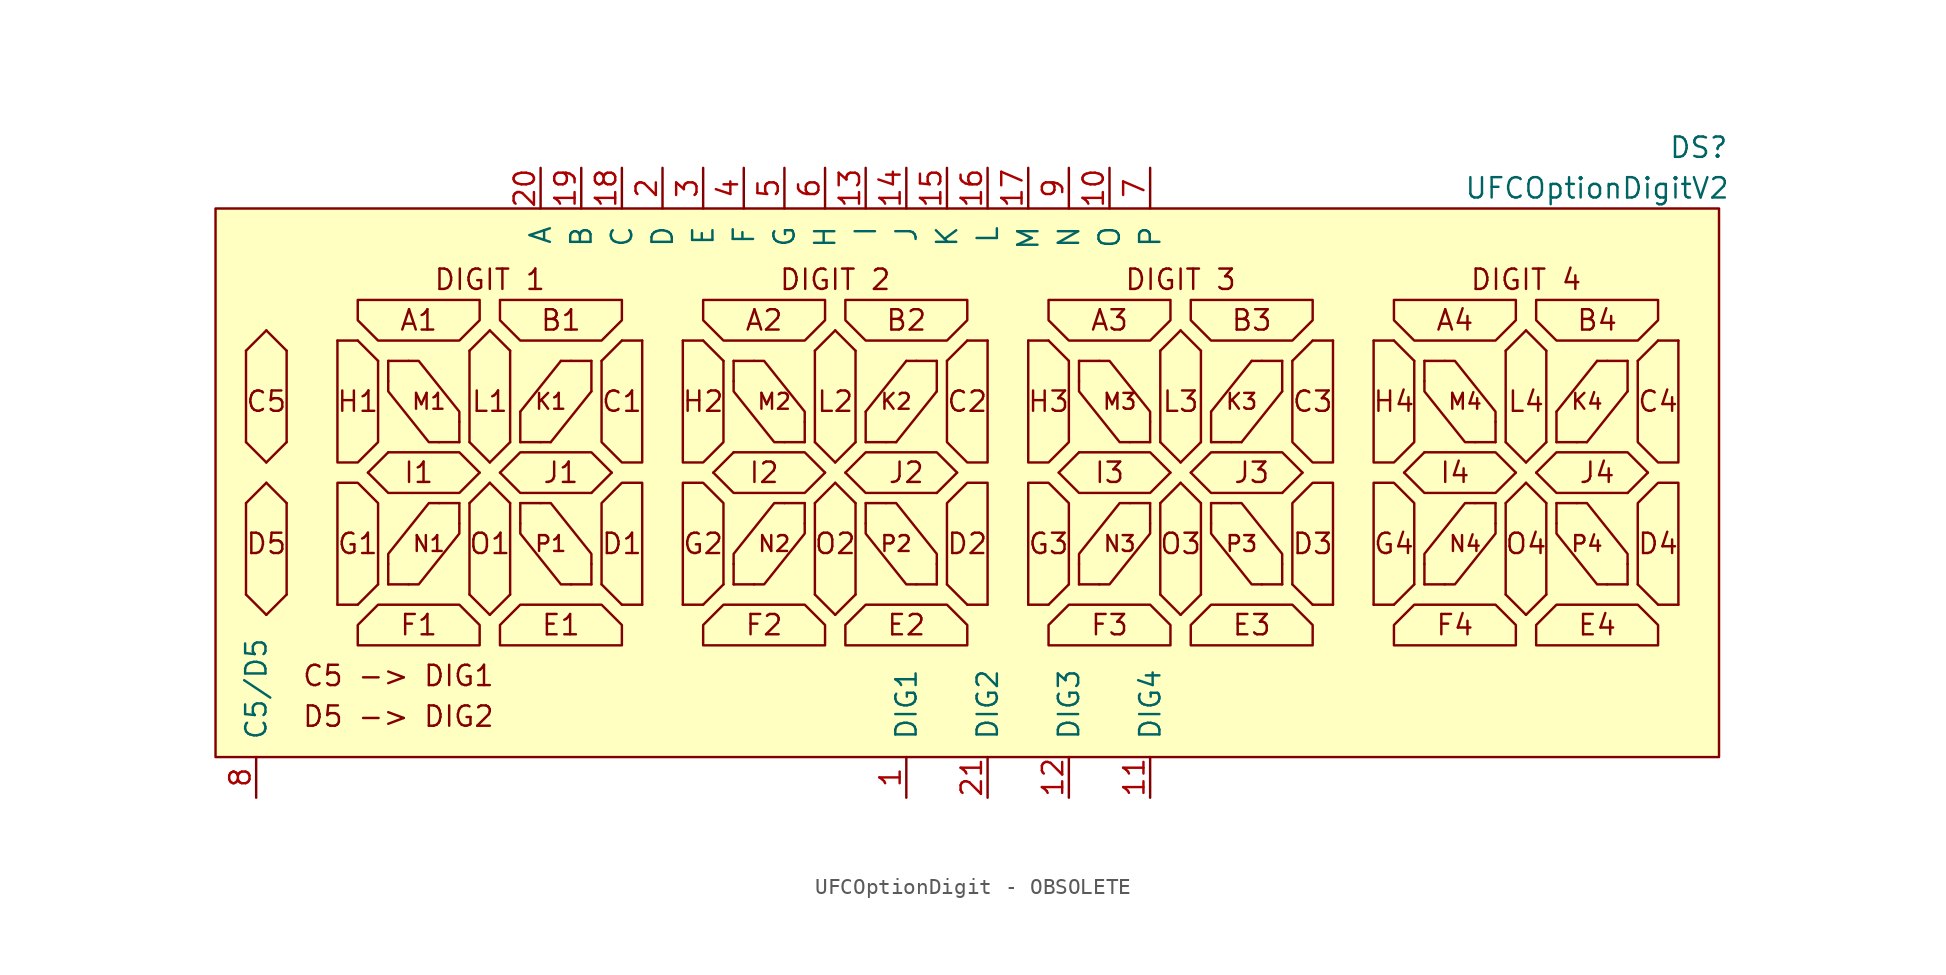
<source format=kicad_sym>
(kicad_symbol_lib
  (version 20231120)
  (generator "kicad_symbol_editor")
  (generator_version "8.0")
  (symbol "UFCOptionDigit - OBSOLETE"
    (pin_names
      (offset 1.016))
    (property "Reference" "DS"
      (at 45.72 20.32 0)
      (effects (font (size 1.27 1.27))))
    (property "Value" "UFCOptionDigitV2"
      (at 39.37 17.78 0)
      (effects (font (size 1.27 1.27))))
    (symbol "UFCOptionDigit - OBSOLETE_0_0"
      (rectangle (start -46.99 16.51) (end 46.99 -17.78) (stroke (width 0) (type default)) (fill (type background)))
      (polyline (pts (xy -27.94 1.905) (xy -27.94 3.81)) (stroke (width 0) (type default)) (fill (type none)))
      (polyline (pts (xy -27.94 3.81) (xy -25.4 6.985)) (stroke (width 0) (type default)) (fill (type none)))
      (polyline (pts (xy -26.67 1.905) (xy -26.035 1.905)) (stroke (width 0) (type default)) (fill (type none)))
      (polyline (pts (xy -26.035 1.905) (xy -23.495 5.08)) (stroke (width 0) (type default)) (fill (type none)))
      (polyline (pts (xy -24.765 6.985) (xy -25.4 6.985)) (stroke (width 0) (type default)) (fill (type none)))
      (polyline (pts (xy -23.495 6.985) (xy -23.495 5.08)) (stroke (width 0) (type default)) (fill (type none)))
      (polyline (pts (xy -6.35 1.905) (xy -6.35 3.81)) (stroke (width 0) (type default)) (fill (type none)))
      (polyline (pts (xy -6.35 3.81) (xy -3.81 6.985)) (stroke (width 0) (type default)) (fill (type none)))
      (polyline (pts (xy -5.08 1.905) (xy -4.445 1.905)) (stroke (width 0) (type default)) (fill (type none)))
      (polyline (pts (xy -4.445 1.905) (xy -1.905 5.08)) (stroke (width 0) (type default)) (fill (type none)))
      (polyline (pts (xy -3.175 6.985) (xy -3.81 6.985)) (stroke (width 0) (type default)) (fill (type none)))
      (polyline (pts (xy -1.905 6.985) (xy -1.905 5.08)) (stroke (width 0) (type default)) (fill (type none)))
      (polyline (pts (xy 15.24 1.905) (xy 15.24 3.81)) (stroke (width 0) (type default)) (fill (type none)))
      (polyline (pts (xy 15.24 3.81) (xy 17.78 6.985)) (stroke (width 0) (type default)) (fill (type none)))
      (polyline (pts (xy 16.51 1.905) (xy 17.145 1.905)) (stroke (width 0) (type default)) (fill (type none)))
      (polyline (pts (xy 17.145 1.905) (xy 19.685 5.08)) (stroke (width 0) (type default)) (fill (type none)))
      (polyline (pts (xy 18.415 6.985) (xy 17.78 6.985)) (stroke (width 0) (type default)) (fill (type none)))
      (polyline (pts (xy 19.685 6.985) (xy 19.685 5.08)) (stroke (width 0) (type default)) (fill (type none)))
      (polyline (pts (xy 36.83 1.905) (xy 36.83 3.81)) (stroke (width 0) (type default)) (fill (type none)))
      (polyline (pts (xy 36.83 3.81) (xy 39.37 6.985)) (stroke (width 0) (type default)) (fill (type none)))
      (polyline (pts (xy 38.1 1.905) (xy 38.735 1.905)) (stroke (width 0) (type default)) (fill (type none)))
      (polyline (pts (xy 38.735 1.905) (xy 41.275 5.08)) (stroke (width 0) (type default)) (fill (type none)))
      (polyline (pts (xy 40.005 6.985) (xy 39.37 6.985)) (stroke (width 0) (type default)) (fill (type none)))
      (polyline (pts (xy 41.275 6.985) (xy 41.275 5.08)) (stroke (width 0) (type default)) (fill (type none)))
      (polyline (pts (xy -36.195 -5.715) (xy -36.195 -5.08) (xy -33.655 -1.905) (xy -33.02 -1.905)) (stroke (width 0) (type default)) (fill (type none)))
      (polyline (pts (xy -34.925 6.985) (xy -34.29 6.985) (xy -31.75 3.81) (xy -31.75 3.175)) (stroke (width 0) (type default)) (fill (type none)))
      (polyline (pts (xy -33.02 1.905) (xy -33.655 1.905) (xy -36.195 5.08) (xy -36.195 5.715)) (stroke (width 0) (type default)) (fill (type none)))
      (polyline (pts (xy -31.75 -3.175) (xy -31.75 -3.81) (xy -34.29 -6.985) (xy -34.925 -6.985)) (stroke (width 0) (type default)) (fill (type none)))
      (polyline (pts (xy -27.94 -3.175) (xy -27.94 -3.81) (xy -25.4 -6.985) (xy -24.765 -6.985)) (stroke (width 0) (type default)) (fill (type none)))
      (polyline (pts (xy -23.495 -5.715) (xy -23.495 -5.08) (xy -26.035 -1.905) (xy -26.67 -1.905)) (stroke (width 0) (type default)) (fill (type none)))
      (polyline (pts (xy -14.605 -5.715) (xy -14.605 -5.08) (xy -12.065 -1.905) (xy -11.43 -1.905)) (stroke (width 0) (type default)) (fill (type none)))
      (polyline (pts (xy -13.335 6.985) (xy -12.7 6.985) (xy -10.16 3.81) (xy -10.16 3.175)) (stroke (width 0) (type default)) (fill (type none)))
      (polyline (pts (xy -11.43 1.905) (xy -12.065 1.905) (xy -14.605 5.08) (xy -14.605 5.715)) (stroke (width 0) (type default)) (fill (type none)))
      (polyline (pts (xy -10.16 -3.175) (xy -10.16 -3.81) (xy -12.7 -6.985) (xy -13.335 -6.985)) (stroke (width 0) (type default)) (fill (type none)))
      (polyline (pts (xy -6.35 -3.175) (xy -6.35 -3.81) (xy -3.81 -6.985) (xy -3.175 -6.985)) (stroke (width 0) (type default)) (fill (type none)))
      (polyline (pts (xy -1.905 -5.715) (xy -1.905 -5.08) (xy -4.445 -1.905) (xy -5.08 -1.905)) (stroke (width 0) (type default)) (fill (type none)))
      (polyline (pts (xy 6.985 -5.715) (xy 6.985 -5.08) (xy 9.525 -1.905) (xy 10.16 -1.905)) (stroke (width 0) (type default)) (fill (type none)))
      (polyline (pts (xy 8.255 6.985) (xy 8.89 6.985) (xy 11.43 3.81) (xy 11.43 3.175)) (stroke (width 0) (type default)) (fill (type none)))
      (polyline (pts (xy 10.16 1.905) (xy 9.525 1.905) (xy 6.985 5.08) (xy 6.985 5.715)) (stroke (width 0) (type default)) (fill (type none)))
      (polyline (pts (xy 11.43 -3.175) (xy 11.43 -3.81) (xy 8.89 -6.985) (xy 8.255 -6.985)) (stroke (width 0) (type default)) (fill (type none)))
      (polyline (pts (xy 15.24 -3.175) (xy 15.24 -3.81) (xy 17.78 -6.985) (xy 18.415 -6.985)) (stroke (width 0) (type default)) (fill (type none)))
      (polyline (pts (xy 19.685 -5.715) (xy 19.685 -5.08) (xy 17.145 -1.905) (xy 16.51 -1.905)) (stroke (width 0) (type default)) (fill (type none)))
      (polyline (pts (xy 28.575 -5.715) (xy 28.575 -5.08) (xy 31.115 -1.905) (xy 31.75 -1.905)) (stroke (width 0) (type default)) (fill (type none)))
      (polyline (pts (xy 29.845 6.985) (xy 30.48 6.985) (xy 33.02 3.81) (xy 33.02 3.175)) (stroke (width 0) (type default)) (fill (type none)))
      (polyline (pts (xy 31.75 1.905) (xy 31.115 1.905) (xy 28.575 5.08) (xy 28.575 5.715)) (stroke (width 0) (type default)) (fill (type none)))
      (polyline (pts (xy 33.02 -3.175) (xy 33.02 -3.81) (xy 30.48 -6.985) (xy 29.845 -6.985)) (stroke (width 0) (type default)) (fill (type none)))
      (polyline (pts (xy 36.83 -3.175) (xy 36.83 -3.81) (xy 39.37 -6.985) (xy 40.005 -6.985)) (stroke (width 0) (type default)) (fill (type none)))
      (polyline (pts (xy 41.275 -5.715) (xy 41.275 -5.08) (xy 38.735 -1.905) (xy 38.1 -1.905)) (stroke (width 0) (type default)) (fill (type none)))
      (text "A1" (at -34.29 9.525 0) (effects (font (size 1.27 1.27))))
      (text "A2" (at -12.7 9.525 0) (effects (font (size 1.27 1.27))))
      (text "A3" (at 8.89 9.525 0) (effects (font (size 1.27 1.27))))
      (text "A4" (at 30.48 9.525 0) (effects (font (size 1.27 1.27))))
      (text "B1" (at -25.4 9.525 0) (effects (font (size 1.27 1.27))))
      (text "B2" (at -3.81 9.525 0) (effects (font (size 1.27 1.27))))
      (text "B3" (at 17.78 9.525 0) (effects (font (size 1.27 1.27))))
      (text "B4" (at 39.37 9.525 0) (effects (font (size 1.27 1.27))))
      (text "C1" (at -21.59 4.445 0) (effects (font (size 1.27 1.27))))
      (text "C2" (at 0 4.445 0) (effects (font (size 1.27 1.27))))
      (text "C3" (at 21.59 4.445 0) (effects (font (size 1.27 1.27))))
      (text "C4" (at 43.18 4.445 0) (effects (font (size 1.27 1.27))))
      (text "C5" (at -43.815 4.445 0) (effects (font (size 1.27 1.27))))
      (text "D1" (at -21.59 -4.445 0) (effects (font (size 1.27 1.27))))
      (text "D2" (at 0 -4.445 0) (effects (font (size 1.27 1.27))))
      (text "D3" (at 21.59 -4.445 0) (effects (font (size 1.27 1.27))))
      (text "D4" (at 43.18 -4.445 0) (effects (font (size 1.27 1.27))))
      (text "D5" (at -43.815 -4.445 0) (effects (font (size 1.27 1.27))))
      (text "DIGIT 1" (at -29.845 12.065 0) (effects (font (size 1.27 1.27))))
      (text "DIGIT 2" (at -8.255 12.065 0) (effects (font (size 1.27 1.27))))
      (text "DIGIT 3" (at 13.335 12.065 0) (effects (font (size 1.27 1.27))))
      (text "DIGIT 4" (at 34.925 12.065 0) (effects (font (size 1.27 1.27))))
      (text "E1" (at -25.4 -9.525 0) (effects (font (size 1.27 1.27))))
      (text "E2" (at -3.81 -9.525 0) (effects (font (size 1.27 1.27))))
      (text "E3" (at 17.78 -9.525 0) (effects (font (size 1.27 1.27))))
      (text "E4" (at 39.37 -9.525 0) (effects (font (size 1.27 1.27))))
      (text "F1" (at -34.29 -9.525 0) (effects (font (size 1.27 1.27))))
      (text "F2" (at -12.7 -9.525 0) (effects (font (size 1.27 1.27))))
      (text "F3" (at 8.89 -9.525 0) (effects (font (size 1.27 1.27))))
      (text "F4" (at 30.48 -9.525 0) (effects (font (size 1.27 1.27))))
      (text "G1" (at -38.1 -4.445 0) (effects (font (size 1.27 1.27))))
      (text "G2" (at -16.51 -4.445 0) (effects (font (size 1.27 1.27))))
      (text "G3" (at 5.08 -4.445 0) (effects (font (size 1.27 1.27))))
      (text "G4" (at 26.67 -4.445 0) (effects (font (size 1.27 1.27))))
      (text "H1" (at -38.1 4.445 0) (effects (font (size 1.27 1.27))))
      (text "H2" (at -16.51 4.445 0) (effects (font (size 1.27 1.27))))
      (text "H3" (at 5.08 4.445 0) (effects (font (size 1.27 1.27))))
      (text "H4" (at 26.67 4.445 0) (effects (font (size 1.27 1.27))))
      (text "I1" (at -34.29 0 0) (effects (font (size 1.27 1.27))))
      (text "I2" (at -12.7 0 0) (effects (font (size 1.27 1.27))))
      (text "I3" (at 8.89 0 0) (effects (font (size 1.27 1.27))))
      (text "I4" (at 30.48 0 0) (effects (font (size 1.27 1.27))))
      (text "J1" (at -25.4 0 0) (effects (font (size 1.27 1.27))))
      (text "J2" (at -3.81 0 0) (effects (font (size 1.27 1.27))))
      (text "J3" (at 17.78 0 0) (effects (font (size 1.27 1.27))))
      (text "J4" (at 39.37 0 0) (effects (font (size 1.27 1.27))))
      (text "K1" (at -26.035 4.445 0) (effects (font (size 0.991 0.991))))
      (text "K2" (at -4.445 4.445 0) (effects (font (size 0.991 0.991))))
      (text "K3" (at 17.145 4.445 0) (effects (font (size 0.991 0.991))))
      (text "K4" (at 38.735 4.445 0) (effects (font (size 0.991 0.991))))
      (text "L1" (at -29.845 4.445 0) (effects (font (size 1.27 1.27))))
      (text "L2" (at -8.255 4.445 0) (effects (font (size 1.27 1.27))))
      (text "L3" (at 13.335 4.445 0) (effects (font (size 1.27 1.27))))
      (text "L4" (at 34.925 4.445 0) (effects (font (size 1.27 1.27))))
      (text "M1" (at -33.655 4.445 0) (effects (font (size 0.991 0.991))))
      (text "M2" (at -12.065 4.445 0) (effects (font (size 0.991 0.991))))
      (text "M3" (at 9.525 4.445 0) (effects (font (size 0.991 0.991))))
      (text "M4" (at 31.115 4.445 0) (effects (font (size 0.991 0.991))))
      (text "N1" (at -33.655 -4.445 0) (effects (font (size 0.991 0.991))))
      (text "N2" (at -12.065 -4.445 0) (effects (font (size 0.991 0.991))))
      (text "N3" (at 9.525 -4.445 0) (effects (font (size 0.991 0.991))))
      (text "N4" (at 31.115 -4.445 0) (effects (font (size 0.991 0.991))))
      (text "O1" (at -29.845 -4.445 0) (effects (font (size 1.27 1.27))))
      (text "O2" (at -8.255 -4.445 0) (effects (font (size 1.27 1.27))))
      (text "O3" (at 13.335 -4.445 0) (effects (font (size 1.27 1.27))))
      (text "O4" (at 34.925 -4.445 0) (effects (font (size 1.27 1.27))))
      (text "P1" (at -26.035 -4.445 0) (effects (font (size 0.991 0.991))))
      (text "P2" (at -4.445 -4.445 0) (effects (font (size 0.991 0.991))))
      (text "P3" (at 17.145 -4.445 0) (effects (font (size 0.991 0.991))))
      (text "P4" (at 38.735 -4.445 0) (effects (font (size 0.991 0.991))))
      (pin input line (at -3.81 -20.32 90) (length 2.54) (name "DIG1" (effects (font (size 1.27 1.27)))) (number "1" (effects (font (size 1.27 1.27)))))
      (pin input line (at 8.89 19.05 270) (length 2.54) (name "O" (effects (font (size 1.27 1.27)))) (number "10" (effects (font (size 1.27 1.27)))))
      (pin input line (at 11.43 -20.32 90) (length 2.54) (name "DIG4" (effects (font (size 1.27 1.27)))) (number "11" (effects (font (size 1.27 1.27)))))
      (pin input line (at 6.35 -20.32 90) (length 2.54) (name "DIG3" (effects (font (size 1.27 1.27)))) (number "12" (effects (font (size 1.27 1.27)))))
      (pin input line (at -6.35 19.05 270) (length 2.54) (name "I" (effects (font (size 1.27 1.27)))) (number "13" (effects (font (size 1.27 1.27)))))
      (pin input line (at -3.81 19.05 270) (length 2.54) (name "J" (effects (font (size 1.27 1.27)))) (number "14" (effects (font (size 1.27 1.27)))))
      (pin input line (at -1.27 19.05 270) (length 2.54) (name "K" (effects (font (size 1.27 1.27)))) (number "15" (effects (font (size 1.27 1.27)))))
      (pin input line (at 1.27 19.05 270) (length 2.54) (name "L" (effects (font (size 1.27 1.27)))) (number "16" (effects (font (size 1.27 1.27)))))
      (pin input line (at 3.81 19.05 270) (length 2.54) (name "M" (effects (font (size 1.27 1.27)))) (number "17" (effects (font (size 1.27 1.27)))))
      (pin input line (at -21.59 19.05 270) (length 2.54) (name "C" (effects (font (size 1.27 1.27)))) (number "18" (effects (font (size 1.27 1.27)))))
      (pin input line (at -24.13 19.05 270) (length 2.54) (name "B" (effects (font (size 1.27 1.27)))) (number "19" (effects (font (size 1.27 1.27)))))
      (pin input line (at -19.05 19.05 270) (length 2.54) (name "D" (effects (font (size 1.27 1.27)))) (number "2" (effects (font (size 1.27 1.27)))))
      (pin input line (at -26.67 19.05 270) (length 2.54) (name "A" (effects (font (size 1.27 1.27)))) (number "20" (effects (font (size 1.27 1.27)))))
      (pin input line (at 1.27 -20.32 90) (length 2.54) (name "DIG2" (effects (font (size 1.27 1.27)))) (number "21" (effects (font (size 1.27 1.27)))))
      (pin input line (at -16.51 19.05 270) (length 2.54) (name "E" (effects (font (size 1.27 1.27)))) (number "3" (effects (font (size 1.27 1.27)))))
      (pin input line (at -13.97 19.05 270) (length 2.54) (name "F" (effects (font (size 1.27 1.27)))) (number "4" (effects (font (size 1.27 1.27)))))
      (pin input line (at -11.43 19.05 270) (length 2.54) (name "G" (effects (font (size 1.27 1.27)))) (number "5" (effects (font (size 1.27 1.27)))))
      (pin input line (at -8.89 19.05 270) (length 2.54) (name "H" (effects (font (size 1.27 1.27)))) (number "6" (effects (font (size 1.27 1.27)))))
      (pin input line (at 11.43 19.05 270) (length 2.54) (name "P" (effects (font (size 1.27 1.27)))) (number "7" (effects (font (size 1.27 1.27)))))
      (pin input line (at -44.45 -20.32 90) (length 2.54) (name "C5/D5" (effects (font (size 1.27 1.27)))) (number "8" (effects (font (size 1.27 1.27)))))
      (pin input line (at 6.35 19.05 270) (length 2.54) (name "N" (effects (font (size 1.27 1.27)))) (number "9" (effects (font (size 1.27 1.27))))))
    (symbol "UFCOptionDigit - OBSOLETE_0_1"
      (polyline (pts (xy -45.085 -7.62) (xy -45.085 -1.905)) (stroke (width 0) (type default)) (fill (type none)))
      (polyline (pts (xy -45.085 -1.905) (xy -43.815 -0.635)) (stroke (width 0) (type default)) (fill (type none)))
      (polyline (pts (xy -45.085 7.62) (xy -45.085 1.905)) (stroke (width 0) (type default)) (fill (type none)))
      (polyline (pts (xy -43.815 -8.89) (xy -45.085 -7.62)) (stroke (width 0) (type default)) (fill (type none)))
      (polyline (pts (xy -43.815 -8.89) (xy -42.545 -7.62)) (stroke (width 0) (type default)) (fill (type none)))
      (polyline (pts (xy -43.815 -0.635) (xy -42.545 -1.905)) (stroke (width 0) (type default)) (fill (type none)))
      (polyline (pts (xy -43.815 0.635) (xy -45.085 1.905)) (stroke (width 0) (type default)) (fill (type none)))
      (polyline (pts (xy -43.815 8.89) (xy -45.085 7.62)) (stroke (width 0) (type default)) (fill (type none)))
      (polyline (pts (xy -43.815 8.89) (xy -42.545 7.62)) (stroke (width 0) (type default)) (fill (type none)))
      (polyline (pts (xy -42.545 -7.62) (xy -42.545 -1.905)) (stroke (width 0) (type default)) (fill (type none)))
      (polyline (pts (xy -42.545 1.905) (xy -43.815 0.635)) (stroke (width 0) (type default)) (fill (type none)))
      (polyline (pts (xy -42.545 7.62) (xy -42.545 1.905)) (stroke (width 0) (type default)) (fill (type none)))
      (polyline (pts (xy -39.37 -8.255) (xy -38.1 -8.255)) (stroke (width 0) (type default)) (fill (type none)))
      (polyline (pts (xy -38.1 8.255) (xy -39.37 8.255)) (stroke (width 0) (type default)) (fill (type none)))
      (polyline (pts (xy -38.1 8.255) (xy -36.83 6.985)) (stroke (width 0) (type default)) (fill (type none)))
      (polyline (pts (xy -36.83 -6.985) (xy -38.1 -8.255)) (stroke (width 0) (type default)) (fill (type none)))
      (polyline (pts (xy -36.195 -6.985) (xy -36.195 -5.715)) (stroke (width 0) (type default)) (fill (type none)))
      (polyline (pts (xy -36.195 -6.985) (xy -34.925 -6.985)) (stroke (width 0) (type default)) (fill (type none)))
      (polyline (pts (xy -36.195 1.27) (xy -37.465 0)) (stroke (width 0) (type default)) (fill (type none)))
      (polyline (pts (xy -36.195 6.985) (xy -36.195 5.715)) (stroke (width 0) (type default)) (fill (type none)))
      (polyline (pts (xy -36.195 6.985) (xy -34.925 6.985)) (stroke (width 0) (type default)) (fill (type none)))
      (polyline (pts (xy -31.75 -1.905) (xy -33.02 -1.905)) (stroke (width 0) (type default)) (fill (type none)))
      (polyline (pts (xy -31.75 -1.905) (xy -31.75 -3.175)) (stroke (width 0) (type default)) (fill (type none)))
      (polyline (pts (xy -31.75 1.905) (xy -33.02 1.905)) (stroke (width 0) (type default)) (fill (type none)))
      (polyline (pts (xy -31.75 1.905) (xy -31.75 3.175)) (stroke (width 0) (type default)) (fill (type none)))
      (polyline (pts (xy -31.115 -7.62) (xy -31.115 -1.905)) (stroke (width 0) (type default)) (fill (type none)))
      (polyline (pts (xy -31.115 -1.905) (xy -29.845 -0.635)) (stroke (width 0) (type default)) (fill (type none)))
      (polyline (pts (xy -31.115 7.62) (xy -31.115 1.905)) (stroke (width 0) (type default)) (fill (type none)))
      (polyline (pts (xy -29.845 -8.89) (xy -31.115 -7.62)) (stroke (width 0) (type default)) (fill (type none)))
      (polyline (pts (xy -29.845 -8.89) (xy -28.575 -7.62)) (stroke (width 0) (type default)) (fill (type none)))
      (polyline (pts (xy -29.845 -0.635) (xy -28.575 -1.905)) (stroke (width 0) (type default)) (fill (type none)))
      (polyline (pts (xy -29.845 0.635) (xy -31.115 1.905)) (stroke (width 0) (type default)) (fill (type none)))
      (polyline (pts (xy -29.845 8.89) (xy -31.115 7.62)) (stroke (width 0) (type default)) (fill (type none)))
      (polyline (pts (xy -29.845 8.89) (xy -28.575 7.62)) (stroke (width 0) (type default)) (fill (type none)))
      (polyline (pts (xy -28.575 -7.62) (xy -28.575 -1.905)) (stroke (width 0) (type default)) (fill (type none)))
      (polyline (pts (xy -28.575 1.905) (xy -29.845 0.635)) (stroke (width 0) (type default)) (fill (type none)))
      (polyline (pts (xy -28.575 7.62) (xy -28.575 1.905)) (stroke (width 0) (type default)) (fill (type none)))
      (polyline (pts (xy -27.94 -1.905) (xy -27.94 -3.175)) (stroke (width 0) (type default)) (fill (type none)))
      (polyline (pts (xy -27.94 -1.905) (xy -26.67 -1.905)) (stroke (width 0) (type default)) (fill (type none)))
      (polyline (pts (xy -27.94 1.905) (xy -26.67 1.905)) (stroke (width 0) (type default)) (fill (type none)))
      (polyline (pts (xy -23.495 -6.985) (xy -24.765 -6.985)) (stroke (width 0) (type default)) (fill (type none)))
      (polyline (pts (xy -23.495 -6.985) (xy -23.495 -5.715)) (stroke (width 0) (type default)) (fill (type none)))
      (polyline (pts (xy -23.495 -1.27) (xy -22.225 0)) (stroke (width 0) (type default)) (fill (type none)))
      (polyline (pts (xy -23.495 6.985) (xy -24.765 6.985)) (stroke (width 0) (type default)) (fill (type none)))
      (polyline (pts (xy -22.86 6.985) (xy -21.59 8.255)) (stroke (width 0) (type default)) (fill (type none)))
      (polyline (pts (xy -21.59 -8.255) (xy -22.86 -6.985)) (stroke (width 0) (type default)) (fill (type none)))
      (polyline (pts (xy -21.59 -8.255) (xy -20.32 -8.255)) (stroke (width 0) (type default)) (fill (type none)))
      (polyline (pts (xy -20.32 8.255) (xy -21.59 8.255)) (stroke (width 0) (type default)) (fill (type none)))
      (polyline (pts (xy -17.78 -8.255) (xy -16.51 -8.255)) (stroke (width 0) (type default)) (fill (type none)))
      (polyline (pts (xy -16.51 8.255) (xy -17.78 8.255)) (stroke (width 0) (type default)) (fill (type none)))
      (polyline (pts (xy -16.51 8.255) (xy -15.24 6.985)) (stroke (width 0) (type default)) (fill (type none)))
      (polyline (pts (xy -15.24 -6.985) (xy -16.51 -8.255)) (stroke (width 0) (type default)) (fill (type none)))
      (polyline (pts (xy -14.605 -6.985) (xy -14.605 -5.715)) (stroke (width 0) (type default)) (fill (type none)))
      (polyline (pts (xy -14.605 -6.985) (xy -13.335 -6.985)) (stroke (width 0) (type default)) (fill (type none)))
      (polyline (pts (xy -14.605 1.27) (xy -15.875 0)) (stroke (width 0) (type default)) (fill (type none)))
      (polyline (pts (xy -14.605 6.985) (xy -14.605 5.715)) (stroke (width 0) (type default)) (fill (type none)))
      (polyline (pts (xy -14.605 6.985) (xy -13.335 6.985)) (stroke (width 0) (type default)) (fill (type none)))
      (polyline (pts (xy -10.16 -1.905) (xy -11.43 -1.905)) (stroke (width 0) (type default)) (fill (type none)))
      (polyline (pts (xy -10.16 -1.905) (xy -10.16 -3.175)) (stroke (width 0) (type default)) (fill (type none)))
      (polyline (pts (xy -10.16 1.905) (xy -11.43 1.905)) (stroke (width 0) (type default)) (fill (type none)))
      (polyline (pts (xy -10.16 1.905) (xy -10.16 3.175)) (stroke (width 0) (type default)) (fill (type none)))
      (polyline (pts (xy -9.525 -7.62) (xy -9.525 -1.905)) (stroke (width 0) (type default)) (fill (type none)))
      (polyline (pts (xy -9.525 -1.905) (xy -8.255 -0.635)) (stroke (width 0) (type default)) (fill (type none)))
      (polyline (pts (xy -9.525 7.62) (xy -9.525 1.905)) (stroke (width 0) (type default)) (fill (type none)))
      (polyline (pts (xy -8.255 -8.89) (xy -9.525 -7.62)) (stroke (width 0) (type default)) (fill (type none)))
      (polyline (pts (xy -8.255 -8.89) (xy -6.985 -7.62)) (stroke (width 0) (type default)) (fill (type none)))
      (polyline (pts (xy -8.255 -0.635) (xy -6.985 -1.905)) (stroke (width 0) (type default)) (fill (type none)))
      (polyline (pts (xy -8.255 0.635) (xy -9.525 1.905)) (stroke (width 0) (type default)) (fill (type none)))
      (polyline (pts (xy -8.255 8.89) (xy -9.525 7.62)) (stroke (width 0) (type default)) (fill (type none)))
      (polyline (pts (xy -8.255 8.89) (xy -6.985 7.62)) (stroke (width 0) (type default)) (fill (type none)))
      (polyline (pts (xy -6.985 -7.62) (xy -6.985 -1.905)) (stroke (width 0) (type default)) (fill (type none)))
      (polyline (pts (xy -6.985 1.905) (xy -8.255 0.635)) (stroke (width 0) (type default)) (fill (type none)))
      (polyline (pts (xy -6.985 7.62) (xy -6.985 1.905)) (stroke (width 0) (type default)) (fill (type none)))
      (polyline (pts (xy -6.35 -1.905) (xy -6.35 -3.175)) (stroke (width 0) (type default)) (fill (type none)))
      (polyline (pts (xy -6.35 -1.905) (xy -5.08 -1.905)) (stroke (width 0) (type default)) (fill (type none)))
      (polyline (pts (xy -6.35 1.905) (xy -5.08 1.905)) (stroke (width 0) (type default)) (fill (type none)))
      (polyline (pts (xy -1.905 -6.985) (xy -3.175 -6.985)) (stroke (width 0) (type default)) (fill (type none)))
      (polyline (pts (xy -1.905 -6.985) (xy -1.905 -5.715)) (stroke (width 0) (type default)) (fill (type none)))
      (polyline (pts (xy -1.905 -1.27) (xy -0.635 0)) (stroke (width 0) (type default)) (fill (type none)))
      (polyline (pts (xy -1.905 6.985) (xy -3.175 6.985)) (stroke (width 0) (type default)) (fill (type none)))
      (polyline (pts (xy -1.27 6.985) (xy 0 8.255)) (stroke (width 0) (type default)) (fill (type none)))
      (polyline (pts (xy 0 -8.255) (xy -1.27 -6.985)) (stroke (width 0) (type default)) (fill (type none)))
      (polyline (pts (xy 0 -8.255) (xy 1.27 -8.255)) (stroke (width 0) (type default)) (fill (type none)))
      (polyline (pts (xy 1.27 8.255) (xy 0 8.255)) (stroke (width 0) (type default)) (fill (type none)))
      (polyline (pts (xy 3.81 -8.255) (xy 5.08 -8.255)) (stroke (width 0) (type default)) (fill (type none)))
      (polyline (pts (xy 5.08 8.255) (xy 3.81 8.255)) (stroke (width 0) (type default)) (fill (type none)))
      (polyline (pts (xy 5.08 8.255) (xy 6.35 6.985)) (stroke (width 0) (type default)) (fill (type none)))
      (polyline (pts (xy 6.35 -6.985) (xy 5.08 -8.255)) (stroke (width 0) (type default)) (fill (type none)))
      (polyline (pts (xy 6.985 -6.985) (xy 6.985 -5.715)) (stroke (width 0) (type default)) (fill (type none)))
      (polyline (pts (xy 6.985 -6.985) (xy 8.255 -6.985)) (stroke (width 0) (type default)) (fill (type none)))
      (polyline (pts (xy 6.985 1.27) (xy 5.715 0)) (stroke (width 0) (type default)) (fill (type none)))
      (polyline (pts (xy 6.985 6.985) (xy 6.985 5.715)) (stroke (width 0) (type default)) (fill (type none)))
      (polyline (pts (xy 6.985 6.985) (xy 8.255 6.985)) (stroke (width 0) (type default)) (fill (type none)))
      (polyline (pts (xy 11.43 -1.905) (xy 10.16 -1.905)) (stroke (width 0) (type default)) (fill (type none)))
      (polyline (pts (xy 11.43 -1.905) (xy 11.43 -3.175)) (stroke (width 0) (type default)) (fill (type none)))
      (polyline (pts (xy 11.43 1.905) (xy 10.16 1.905)) (stroke (width 0) (type default)) (fill (type none)))
      (polyline (pts (xy 11.43 1.905) (xy 11.43 3.175)) (stroke (width 0) (type default)) (fill (type none)))
      (polyline (pts (xy 12.065 -7.62) (xy 12.065 -1.905)) (stroke (width 0) (type default)) (fill (type none)))
      (polyline (pts (xy 12.065 -1.905) (xy 13.335 -0.635)) (stroke (width 0) (type default)) (fill (type none)))
      (polyline (pts (xy 12.065 7.62) (xy 12.065 1.905)) (stroke (width 0) (type default)) (fill (type none)))
      (polyline (pts (xy 13.335 -8.89) (xy 12.065 -7.62)) (stroke (width 0) (type default)) (fill (type none)))
      (polyline (pts (xy 13.335 -8.89) (xy 14.605 -7.62)) (stroke (width 0) (type default)) (fill (type none)))
      (polyline (pts (xy 13.335 -0.635) (xy 14.605 -1.905)) (stroke (width 0) (type default)) (fill (type none)))
      (polyline (pts (xy 13.335 0.635) (xy 12.065 1.905)) (stroke (width 0) (type default)) (fill (type none)))
      (polyline (pts (xy 13.335 8.89) (xy 12.065 7.62)) (stroke (width 0) (type default)) (fill (type none)))
      (polyline (pts (xy 13.335 8.89) (xy 14.605 7.62)) (stroke (width 0) (type default)) (fill (type none)))
      (polyline (pts (xy 14.605 -7.62) (xy 14.605 -1.905)) (stroke (width 0) (type default)) (fill (type none)))
      (polyline (pts (xy 14.605 1.905) (xy 13.335 0.635)) (stroke (width 0) (type default)) (fill (type none)))
      (polyline (pts (xy 14.605 7.62) (xy 14.605 1.905)) (stroke (width 0) (type default)) (fill (type none)))
      (polyline (pts (xy 15.24 -1.905) (xy 15.24 -3.175)) (stroke (width 0) (type default)) (fill (type none)))
      (polyline (pts (xy 15.24 -1.905) (xy 16.51 -1.905)) (stroke (width 0) (type default)) (fill (type none)))
      (polyline (pts (xy 15.24 1.905) (xy 16.51 1.905)) (stroke (width 0) (type default)) (fill (type none)))
      (polyline (pts (xy 19.685 -6.985) (xy 18.415 -6.985)) (stroke (width 0) (type default)) (fill (type none)))
      (polyline (pts (xy 19.685 -6.985) (xy 19.685 -5.715)) (stroke (width 0) (type default)) (fill (type none)))
      (polyline (pts (xy 19.685 -1.27) (xy 20.955 0)) (stroke (width 0) (type default)) (fill (type none)))
      (polyline (pts (xy 19.685 6.985) (xy 18.415 6.985)) (stroke (width 0) (type default)) (fill (type none)))
      (polyline (pts (xy 20.32 6.985) (xy 21.59 8.255)) (stroke (width 0) (type default)) (fill (type none)))
      (polyline (pts (xy 21.59 -8.255) (xy 20.32 -6.985)) (stroke (width 0) (type default)) (fill (type none)))
      (polyline (pts (xy 21.59 -8.255) (xy 22.86 -8.255)) (stroke (width 0) (type default)) (fill (type none)))
      (polyline (pts (xy 22.86 8.255) (xy 21.59 8.255)) (stroke (width 0) (type default)) (fill (type none)))
      (polyline (pts (xy 25.4 -8.255) (xy 26.67 -8.255)) (stroke (width 0) (type default)) (fill (type none)))
      (polyline (pts (xy 26.67 8.255) (xy 25.4 8.255)) (stroke (width 0) (type default)) (fill (type none)))
      (polyline (pts (xy 26.67 8.255) (xy 27.94 6.985)) (stroke (width 0) (type default)) (fill (type none)))
      (polyline (pts (xy 27.94 -6.985) (xy 26.67 -8.255)) (stroke (width 0) (type default)) (fill (type none)))
      (polyline (pts (xy 28.575 -6.985) (xy 28.575 -5.715)) (stroke (width 0) (type default)) (fill (type none)))
      (polyline (pts (xy 28.575 -6.985) (xy 29.845 -6.985)) (stroke (width 0) (type default)) (fill (type none)))
      (polyline (pts (xy 28.575 1.27) (xy 27.305 0)) (stroke (width 0) (type default)) (fill (type none)))
      (polyline (pts (xy 28.575 6.985) (xy 28.575 5.715)) (stroke (width 0) (type default)) (fill (type none)))
      (polyline (pts (xy 28.575 6.985) (xy 29.845 6.985)) (stroke (width 0) (type default)) (fill (type none)))
      (polyline (pts (xy 33.02 -1.905) (xy 31.75 -1.905)) (stroke (width 0) (type default)) (fill (type none)))
      (polyline (pts (xy 33.02 -1.905) (xy 33.02 -3.175)) (stroke (width 0) (type default)) (fill (type none)))
      (polyline (pts (xy 33.02 1.905) (xy 31.75 1.905)) (stroke (width 0) (type default)) (fill (type none)))
      (polyline (pts (xy 33.02 1.905) (xy 33.02 3.175)) (stroke (width 0) (type default)) (fill (type none)))
      (polyline (pts (xy 33.655 -7.62) (xy 33.655 -1.905)) (stroke (width 0) (type default)) (fill (type none)))
      (polyline (pts (xy 33.655 -1.905) (xy 34.925 -0.635)) (stroke (width 0) (type default)) (fill (type none)))
      (polyline (pts (xy 33.655 7.62) (xy 33.655 1.905)) (stroke (width 0) (type default)) (fill (type none)))
      (polyline (pts (xy 34.925 -8.89) (xy 33.655 -7.62)) (stroke (width 0) (type default)) (fill (type none)))
      (polyline (pts (xy 34.925 -8.89) (xy 36.195 -7.62)) (stroke (width 0) (type default)) (fill (type none)))
      (polyline (pts (xy 34.925 -0.635) (xy 36.195 -1.905)) (stroke (width 0) (type default)) (fill (type none)))
      (polyline (pts (xy 34.925 0.635) (xy 33.655 1.905)) (stroke (width 0) (type default)) (fill (type none)))
      (polyline (pts (xy 34.925 8.89) (xy 33.655 7.62)) (stroke (width 0) (type default)) (fill (type none)))
      (polyline (pts (xy 34.925 8.89) (xy 36.195 7.62)) (stroke (width 0) (type default)) (fill (type none)))
      (polyline (pts (xy 36.195 -7.62) (xy 36.195 -1.905)) (stroke (width 0) (type default)) (fill (type none)))
      (polyline (pts (xy 36.195 1.905) (xy 34.925 0.635)) (stroke (width 0) (type default)) (fill (type none)))
      (polyline (pts (xy 36.195 7.62) (xy 36.195 1.905)) (stroke (width 0) (type default)) (fill (type none)))
      (polyline (pts (xy 36.83 -1.905) (xy 36.83 -3.175)) (stroke (width 0) (type default)) (fill (type none)))
      (polyline (pts (xy 36.83 -1.905) (xy 38.1 -1.905)) (stroke (width 0) (type default)) (fill (type none)))
      (polyline (pts (xy 36.83 1.905) (xy 38.1 1.905)) (stroke (width 0) (type default)) (fill (type none)))
      (polyline (pts (xy 41.275 -6.985) (xy 40.005 -6.985)) (stroke (width 0) (type default)) (fill (type none)))
      (polyline (pts (xy 41.275 -6.985) (xy 41.275 -5.715)) (stroke (width 0) (type default)) (fill (type none)))
      (polyline (pts (xy 41.275 -1.27) (xy 42.545 0)) (stroke (width 0) (type default)) (fill (type none)))
      (polyline (pts (xy 41.275 6.985) (xy 40.005 6.985)) (stroke (width 0) (type default)) (fill (type none)))
      (polyline (pts (xy 41.91 6.985) (xy 43.18 8.255)) (stroke (width 0) (type default)) (fill (type none)))
      (polyline (pts (xy 43.18 -8.255) (xy 41.91 -6.985)) (stroke (width 0) (type default)) (fill (type none)))
      (polyline (pts (xy 43.18 -8.255) (xy 44.45 -8.255)) (stroke (width 0) (type default)) (fill (type none)))
      (polyline (pts (xy 44.45 8.255) (xy 43.18 8.255)) (stroke (width 0) (type default)) (fill (type none)))
      (polyline (pts (xy -36.195 1.27) (xy -31.75 1.27) (xy -30.48 0)) (stroke (width 0) (type default)) (fill (type none)))
      (polyline (pts (xy -23.495 -1.27) (xy -27.94 -1.27) (xy -29.21 0)) (stroke (width 0) (type default)) (fill (type none)))
      (polyline (pts (xy -14.605 1.27) (xy -10.16 1.27) (xy -8.89 0)) (stroke (width 0) (type default)) (fill (type none)))
      (polyline (pts (xy -1.905 -1.27) (xy -6.35 -1.27) (xy -7.62 0)) (stroke (width 0) (type default)) (fill (type none)))
      (polyline (pts (xy 6.985 1.27) (xy 11.43 1.27) (xy 12.7 0)) (stroke (width 0) (type default)) (fill (type none)))
      (polyline (pts (xy 19.685 -1.27) (xy 15.24 -1.27) (xy 13.97 0)) (stroke (width 0) (type default)) (fill (type none)))
      (polyline (pts (xy 28.575 1.27) (xy 33.02 1.27) (xy 34.29 0)) (stroke (width 0) (type default)) (fill (type none)))
      (polyline (pts (xy 41.275 -1.27) (xy 36.83 -1.27) (xy 35.56 0)) (stroke (width 0) (type default)) (fill (type none)))
      (polyline (pts (xy -30.48 0) (xy -31.75 -1.27) (xy -36.195 -1.27) (xy -37.465 0)) (stroke (width 0) (type default)) (fill (type none)))
      (polyline (pts (xy -29.21 0) (xy -27.94 1.27) (xy -23.495 1.27) (xy -22.225 0)) (stroke (width 0) (type default)) (fill (type none)))
      (polyline (pts (xy -8.89 0) (xy -10.16 -1.27) (xy -14.605 -1.27) (xy -15.875 0)) (stroke (width 0) (type default)) (fill (type none)))
      (polyline (pts (xy -7.62 0) (xy -6.35 1.27) (xy -1.905 1.27) (xy -0.635 0)) (stroke (width 0) (type default)) (fill (type none)))
      (polyline (pts (xy 12.7 0) (xy 11.43 -1.27) (xy 6.985 -1.27) (xy 5.715 0)) (stroke (width 0) (type default)) (fill (type none)))
      (polyline (pts (xy 13.97 0) (xy 15.24 1.27) (xy 19.685 1.27) (xy 20.955 0)) (stroke (width 0) (type default)) (fill (type none)))
      (polyline (pts (xy 34.29 0) (xy 33.02 -1.27) (xy 28.575 -1.27) (xy 27.305 0)) (stroke (width 0) (type default)) (fill (type none)))
      (polyline (pts (xy 35.56 0) (xy 36.83 1.27) (xy 41.275 1.27) (xy 42.545 0)) (stroke (width 0) (type default)) (fill (type none)))
      (polyline (pts (xy -36.83 -6.985) (xy -36.83 -1.905) (xy -38.1 -0.635) (xy -39.37 -0.635) (xy -39.37 -8.255)) (stroke (width 0) (type default)) (fill (type none)))
      (polyline (pts (xy -36.83 6.985) (xy -36.83 1.905) (xy -38.1 0.635) (xy -39.37 0.635) (xy -39.37 8.255)) (stroke (width 0) (type default)) (fill (type none)))
      (polyline (pts (xy -22.86 -6.985) (xy -22.86 -1.905) (xy -21.59 -0.635) (xy -20.32 -0.635) (xy -20.32 -8.255)) (stroke (width 0) (type default)) (fill (type none)))
      (polyline (pts (xy -22.86 6.985) (xy -22.86 1.905) (xy -21.59 0.635) (xy -20.32 0.635) (xy -20.32 8.255)) (stroke (width 0) (type default)) (fill (type none)))
      (polyline (pts (xy -15.24 -6.985) (xy -15.24 -1.905) (xy -16.51 -0.635) (xy -17.78 -0.635) (xy -17.78 -8.255)) (stroke (width 0) (type default)) (fill (type none)))
      (polyline (pts (xy -15.24 6.985) (xy -15.24 1.905) (xy -16.51 0.635) (xy -17.78 0.635) (xy -17.78 8.255)) (stroke (width 0) (type default)) (fill (type none)))
      (polyline (pts (xy -1.27 -6.985) (xy -1.27 -1.905) (xy 0 -0.635) (xy 1.27 -0.635) (xy 1.27 -8.255)) (stroke (width 0) (type default)) (fill (type none)))
      (polyline (pts (xy -1.27 6.985) (xy -1.27 1.905) (xy 0 0.635) (xy 1.27 0.635) (xy 1.27 8.255)) (stroke (width 0) (type default)) (fill (type none)))
      (polyline (pts (xy 6.35 -6.985) (xy 6.35 -1.905) (xy 5.08 -0.635) (xy 3.81 -0.635) (xy 3.81 -8.255)) (stroke (width 0) (type default)) (fill (type none)))
      (polyline (pts (xy 6.35 6.985) (xy 6.35 1.905) (xy 5.08 0.635) (xy 3.81 0.635) (xy 3.81 8.255)) (stroke (width 0) (type default)) (fill (type none)))
      (polyline (pts (xy 20.32 -6.985) (xy 20.32 -1.905) (xy 21.59 -0.635) (xy 22.86 -0.635) (xy 22.86 -8.255)) (stroke (width 0) (type default)) (fill (type none)))
      (polyline (pts (xy 20.32 6.985) (xy 20.32 1.905) (xy 21.59 0.635) (xy 22.86 0.635) (xy 22.86 8.255)) (stroke (width 0) (type default)) (fill (type none)))
      (polyline (pts (xy 27.94 -6.985) (xy 27.94 -1.905) (xy 26.67 -0.635) (xy 25.4 -0.635) (xy 25.4 -8.255)) (stroke (width 0) (type default)) (fill (type none)))
      (polyline (pts (xy 27.94 6.985) (xy 27.94 1.905) (xy 26.67 0.635) (xy 25.4 0.635) (xy 25.4 8.255)) (stroke (width 0) (type default)) (fill (type none)))
      (polyline (pts (xy 41.91 -6.985) (xy 41.91 -1.905) (xy 43.18 -0.635) (xy 44.45 -0.635) (xy 44.45 -8.255)) (stroke (width 0) (type default)) (fill (type none)))
      (polyline (pts (xy 41.91 6.985) (xy 41.91 1.905) (xy 43.18 0.635) (xy 44.45 0.635) (xy 44.45 8.255)) (stroke (width 0) (type default)) (fill (type none)))
      (polyline (pts (xy -30.48 -10.795) (xy -30.48 -9.525) (xy -31.75 -8.255) (xy -36.83 -8.255) (xy -38.1 -9.525) (xy -38.1 -10.795) (xy -30.48 -10.795)) (stroke (width 0) (type default)) (fill (type none)))
      (polyline (pts (xy -29.21 10.795) (xy -29.21 9.525) (xy -27.94 8.255) (xy -22.86 8.255) (xy -21.59 9.525) (xy -21.59 10.795) (xy -29.21 10.795)) (stroke (width 0) (type default)) (fill (type none)))
      (polyline (pts (xy -8.89 -10.795) (xy -8.89 -9.525) (xy -10.16 -8.255) (xy -15.24 -8.255) (xy -16.51 -9.525) (xy -16.51 -10.795) (xy -8.89 -10.795)) (stroke (width 0) (type default)) (fill (type none)))
      (polyline (pts (xy -7.62 10.795) (xy -7.62 9.525) (xy -6.35 8.255) (xy -1.27 8.255) (xy 0 9.525) (xy 0 10.795) (xy -7.62 10.795)) (stroke (width 0) (type default)) (fill (type none)))
      (polyline (pts (xy 12.7 -10.795) (xy 12.7 -9.525) (xy 11.43 -8.255) (xy 6.35 -8.255) (xy 5.08 -9.525) (xy 5.08 -10.795) (xy 12.7 -10.795)) (stroke (width 0) (type default)) (fill (type none)))
      (polyline (pts (xy 13.97 10.795) (xy 13.97 9.525) (xy 15.24 8.255) (xy 20.32 8.255) (xy 21.59 9.525) (xy 21.59 10.795) (xy 13.97 10.795)) (stroke (width 0) (type default)) (fill (type none)))
      (polyline (pts (xy 34.29 -10.795) (xy 34.29 -9.525) (xy 33.02 -8.255) (xy 27.94 -8.255) (xy 26.67 -9.525) (xy 26.67 -10.795) (xy 34.29 -10.795)) (stroke (width 0) (type default)) (fill (type none)))
      (polyline (pts (xy 35.56 10.795) (xy 35.56 9.525) (xy 36.83 8.255) (xy 41.91 8.255) (xy 43.18 9.525) (xy 43.18 10.795) (xy 35.56 10.795)) (stroke (width 0) (type default)) (fill (type none)))
      (polyline (pts (xy -30.48 9.525) (xy -30.48 10.795) (xy -30.48 9.525) (xy -31.75 8.255) (xy -36.83 8.255) (xy -38.1 9.525) (xy -38.1 10.795) (xy -30.48 10.795)) (stroke (width 0) (type default)) (fill (type none)))
      (polyline (pts (xy -29.21 -9.525) (xy -29.21 -10.795) (xy -29.21 -9.525) (xy -27.94 -8.255) (xy -22.86 -8.255) (xy -21.59 -9.525) (xy -21.59 -10.795) (xy -29.21 -10.795)) (stroke (width 0) (type default)) (fill (type none)))
      (polyline (pts (xy -8.89 9.525) (xy -8.89 10.795) (xy -8.89 9.525) (xy -10.16 8.255) (xy -15.24 8.255) (xy -16.51 9.525) (xy -16.51 10.795) (xy -8.89 10.795)) (stroke (width 0) (type default)) (fill (type none)))
      (polyline (pts (xy -7.62 -9.525) (xy -7.62 -10.795) (xy -7.62 -9.525) (xy -6.35 -8.255) (xy -1.27 -8.255) (xy 0 -9.525) (xy 0 -10.795) (xy -7.62 -10.795)) (stroke (width 0) (type default)) (fill (type none)))
      (polyline (pts (xy 12.7 9.525) (xy 12.7 10.795) (xy 12.7 9.525) (xy 11.43 8.255) (xy 6.35 8.255) (xy 5.08 9.525) (xy 5.08 10.795) (xy 12.7 10.795)) (stroke (width 0) (type default)) (fill (type none)))
      (polyline (pts (xy 13.97 -9.525) (xy 13.97 -10.795) (xy 13.97 -9.525) (xy 15.24 -8.255) (xy 20.32 -8.255) (xy 21.59 -9.525) (xy 21.59 -10.795) (xy 13.97 -10.795)) (stroke (width 0) (type default)) (fill (type none)))
      (polyline (pts (xy 34.29 9.525) (xy 34.29 10.795) (xy 34.29 9.525) (xy 33.02 8.255) (xy 27.94 8.255) (xy 26.67 9.525) (xy 26.67 10.795) (xy 34.29 10.795)) (stroke (width 0) (type default)) (fill (type none)))
      (polyline (pts (xy 35.56 -9.525) (xy 35.56 -10.795) (xy 35.56 -9.525) (xy 36.83 -8.255) (xy 41.91 -8.255) (xy 43.18 -9.525) (xy 43.18 -10.795) (xy 35.56 -10.795)) (stroke (width 0) (type default)) (fill (type none))))
    (symbol "UFCOptionDigit - OBSOLETE_1_0"
      (text "C5 -> DIG1\n" (at -35.56 -12.7 0) (effects (font (size 1.27 1.27))))
      (text "D5 -> DIG2" (at -35.56 -15.24 0) (effects (font (size 1.27 1.27)))))))
</source>
